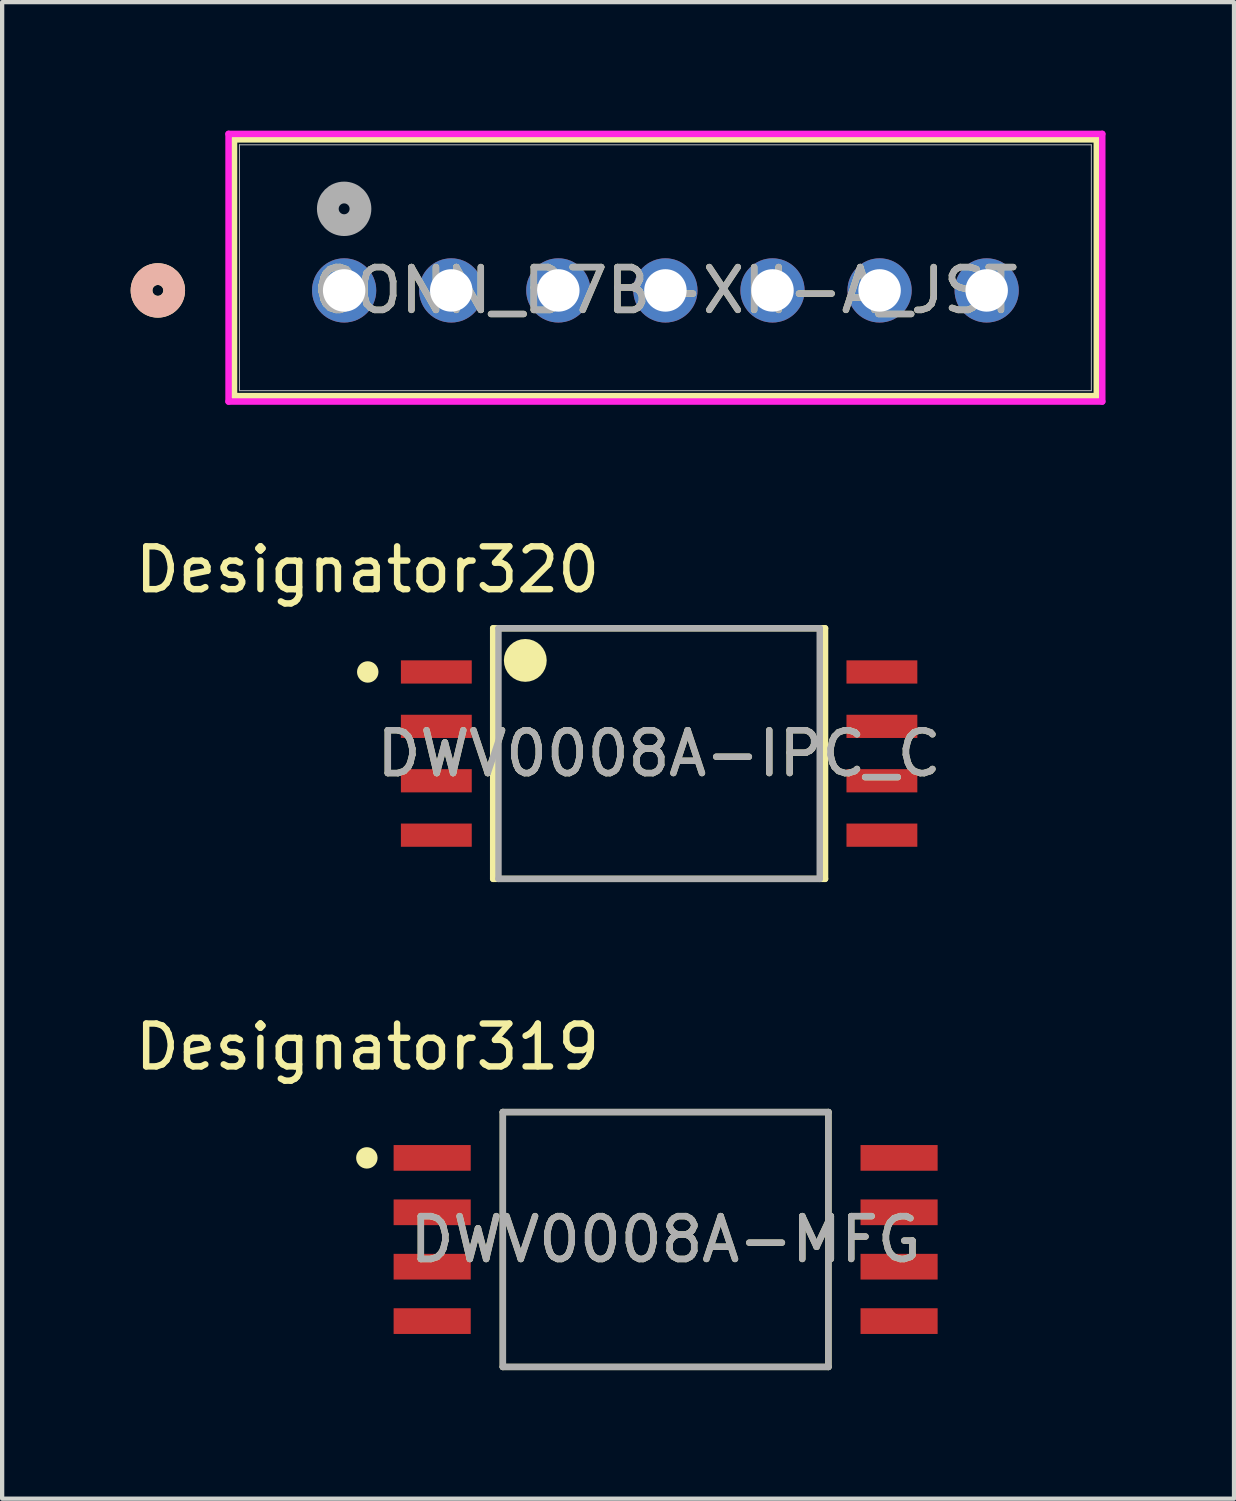
<source format=kicad_pcb>
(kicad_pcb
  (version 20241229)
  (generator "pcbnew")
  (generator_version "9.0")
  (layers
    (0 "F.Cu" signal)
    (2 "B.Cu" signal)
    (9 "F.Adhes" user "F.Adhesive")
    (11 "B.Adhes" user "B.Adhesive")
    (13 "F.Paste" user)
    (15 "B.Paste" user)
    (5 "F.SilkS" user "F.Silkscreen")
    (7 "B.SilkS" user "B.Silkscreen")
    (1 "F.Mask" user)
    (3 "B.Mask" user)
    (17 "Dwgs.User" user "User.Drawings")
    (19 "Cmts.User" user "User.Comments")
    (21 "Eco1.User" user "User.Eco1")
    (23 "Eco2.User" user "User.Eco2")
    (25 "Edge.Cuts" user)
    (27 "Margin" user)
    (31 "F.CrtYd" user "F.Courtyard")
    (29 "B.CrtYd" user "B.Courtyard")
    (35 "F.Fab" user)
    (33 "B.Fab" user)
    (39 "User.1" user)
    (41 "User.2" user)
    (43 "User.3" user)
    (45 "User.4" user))
  (footprint "DWV0008A-IPC_C"
    (layer "F.Cu")
    (at 12.337 14.542)
    (property "Reference" "DWV0008A-IPC_C" (at 0 0 0) (unlocked yes) (layer "F.SilkS") (effects (font (size 1 1) (thickness 0.15))))
    (attr smd)
    (fp_line (start -3.874 -2.925) (end 3.874 -2.925) (stroke (width 0.15) (type solid)) (layer "F.SilkS"))
    (fp_line (start -3.874 2.925) (end -3.874 -2.925) (stroke (width 0.15) (type solid)) (layer "F.SilkS"))
    (fp_line (start -3.874 2.925) (end 3.874 2.925) (stroke (width 0.15) (type solid)) (layer "F.SilkS"))
    (fp_line (start 3.874 2.925) (end 3.874 -2.925) (stroke (width 0.15) (type solid)) (layer "F.SilkS"))
    (fp_circle (center -6.802 -1.905) (end -6.677 -1.905) (stroke (width 0.25) (type solid)) (fill no) (layer "F.SilkS"))
    (fp_circle (center -3.124 -2.175) (end -2.874 -2.175) (stroke (width 0.5) (type solid)) (fill no) (layer "F.SilkS"))
    (fp_line (start -3.75 -2.925) (end 3.75 -2.925) (stroke (width 0.15) (type solid)) (layer "F.Fab"))
    (fp_line (start -3.75 2.925) (end -3.75 -2.925) (stroke (width 0.15) (type solid)) (layer "F.Fab"))
    (fp_line (start -3.75 2.925) (end 3.75 2.925) (stroke (width 0.15) (type solid)) (layer "F.Fab"))
    (fp_line (start 3.75 2.925) (end 3.75 -2.925) (stroke (width 0.15) (type solid)) (layer "F.Fab"))
    (fp_text user "Designator320" (at -6.807 -4.293 0) (unlocked yes) (layer "F.SilkS") (effects (font (size 1 1) (thickness 0.15))))
    (fp_text user "${REFERENCE}" (at 0 0 0) (unlocked yes) (layer "F.Fab") (effects (font (size 1 1) (thickness 0.15))))
    (pad "1" smd rect (at -5.201 -1.905) (size 1.654 0.542) (layers "F.Cu" "F.Mask" "F.Paste"))
    (pad "2" smd rect (at -5.201 -0.635) (size 1.654 0.542) (layers "F.Cu" "F.Mask" "F.Paste"))
    (pad "3" smd rect (at -5.201 0.635) (size 1.654 0.542) (layers "F.Cu" "F.Mask" "F.Paste"))
    (pad "4" smd rect (at -5.201 1.905) (size 1.654 0.542) (layers "F.Cu" "F.Mask" "F.Paste"))
    (pad "5" smd rect (at 5.201 1.905) (size 1.654 0.542) (layers "F.Cu" "F.Mask" "F.Paste"))
    (pad "6" smd rect (at 5.201 0.635) (size 1.654 0.542) (layers "F.Cu" "F.Mask" "F.Paste"))
    (pad "7" smd rect (at 5.201 -0.635) (size 1.654 0.542) (layers "F.Cu" "F.Mask" "F.Paste"))
    (pad "8" smd rect (at 5.201 -1.905) (size 1.654 0.542) (layers "F.Cu" "F.Mask" "F.Paste")))
  (footprint "CONN_B7B-XH-A_JST"
    (layer "F.Cu")
    (at 4.984 3.73)
    (property "Reference" "CONN_B7B-XH-A_JST" (at 7.5 0 0) (unlocked yes) (layer "F.SilkS") (effects (font (size 1 1) (thickness 0.15))))
    (attr through_hole)
    (fp_line (start -2.571 -3.527) (end -2.571 2.467) (stroke (width 0.152) (type solid)) (layer "F.SilkS"))
    (fp_line (start -2.571 2.467) (end 17.571 2.467) (stroke (width 0.152) (type solid)) (layer "F.SilkS"))
    (fp_line (start 17.571 -3.527) (end -2.571 -3.527) (stroke (width 0.152) (type solid)) (layer "F.SilkS"))
    (fp_line (start 17.571 2.467) (end 17.571 -3.527) (stroke (width 0.152) (type solid)) (layer "F.SilkS"))
    (fp_circle (center -4.349 0) (end -3.968 0) (stroke (width 0.508) (type solid)) (fill no) (layer "F.SilkS"))
    (fp_circle (center -4.349 0) (end -3.968 0) (stroke (width 0.508) (type solid)) (fill no) (layer "B.SilkS"))
    (fp_line (start -2.698 -3.654) (end -2.698 2.594) (stroke (width 0.152) (type solid)) (layer "F.CrtYd"))
    (fp_line (start -2.698 2.594) (end 17.698 2.594) (stroke (width 0.152) (type solid)) (layer "F.CrtYd"))
    (fp_line (start 17.698 -3.654) (end -2.698 -3.654) (stroke (width 0.152) (type solid)) (layer "F.CrtYd"))
    (fp_line (start 17.698 2.594) (end 17.698 -3.654) (stroke (width 0.152) (type solid)) (layer "F.CrtYd"))
    (fp_line (start -2.444 -3.4) (end -2.444 2.34) (stroke (width 0.025) (type solid)) (layer "F.Fab"))
    (fp_line (start -2.444 2.34) (end 17.444 2.34) (stroke (width 0.025) (type solid)) (layer "F.Fab"))
    (fp_line (start 17.444 -3.4) (end -2.444 -3.4) (stroke (width 0.025) (type solid)) (layer "F.Fab"))
    (fp_line (start 17.444 2.34) (end 17.444 -3.4) (stroke (width 0.025) (type solid)) (layer "F.Fab"))
    (fp_circle (center 0 -1.905) (end 0.381 -1.905) (stroke (width 0.508) (type solid)) (fill no) (layer "F.Fab"))
    (fp_text user "${REFERENCE}" (at 7.5 0 0) (unlocked yes) (layer "F.Fab") (effects (font (size 1 1) (thickness 0.15))))
    (pad "1" thru_hole circle (at 0 0) (size 1.499 1.499) (drill 0.991) (layers "*.Cu" "*.Mask"))
    (pad "2" thru_hole circle (at 2.5 0) (size 1.499 1.499) (drill 0.991) (layers "*.Cu" "*.Mask"))
    (pad "3" thru_hole circle (at 5 0) (size 1.499 1.499) (drill 0.991) (layers "*.Cu" "*.Mask"))
    (pad "4" thru_hole circle (at 7.5 0) (size 1.499 1.499) (drill 0.991) (layers "*.Cu" "*.Mask"))
    (pad "5" thru_hole circle (at 10 0) (size 1.499 1.499) (drill 0.991) (layers "*.Cu" "*.Mask"))
    (pad "6" thru_hole circle (at 12.5 0) (size 1.499 1.499) (drill 0.991) (layers "*.Cu" "*.Mask"))
    (pad "7" thru_hole circle (at 15 0) (size 1.499 1.499) (drill 0.991) (layers "*.Cu" "*.Mask")))
  (footprint "DWV0008A-MFG"
    (layer "F.Cu")
    (at 12.489 25.886)
    (property "Reference" "DWV0008A-MFG" (at 0 0 0) (unlocked yes) (layer "F.SilkS") (effects (font (size 1 1) (thickness 0.15))))
    (attr smd)
    (fp_line (start -3.8 -2.975) (end 3.8 -2.975) (stroke (width 0.15) (type solid)) (layer "F.SilkS"))
    (fp_line (start -3.8 2.975) (end -3.8 -2.975) (stroke (width 0.15) (type solid)) (layer "F.SilkS"))
    (fp_line (start -3.8 2.975) (end 3.8 2.975) (stroke (width 0.15) (type solid)) (layer "F.SilkS"))
    (fp_line (start 3.8 2.975) (end 3.8 -2.975) (stroke (width 0.15) (type solid)) (layer "F.SilkS"))
    (fp_circle (center -6.975 -1.905) (end -6.85 -1.905) (stroke (width 0.25) (type solid)) (fill no) (layer "F.SilkS"))
    (fp_line (start -3.8 -2.975) (end 3.8 -2.975) (stroke (width 0.15) (type solid)) (layer "F.Fab"))
    (fp_line (start -3.8 2.975) (end -3.8 -2.975) (stroke (width 0.15) (type solid)) (layer "F.Fab"))
    (fp_line (start -3.8 2.975) (end 3.8 2.975) (stroke (width 0.15) (type solid)) (layer "F.Fab"))
    (fp_line (start 3.8 2.975) (end 3.8 -2.975) (stroke (width 0.15) (type solid)) (layer "F.Fab"))
    (fp_text user "Designator319" (at -6.96 -4.496 0) (unlocked yes) (layer "F.SilkS") (effects (font (size 1 1) (thickness 0.15))))
    (fp_text user "${REFERENCE}" (at 0 0 0) (unlocked yes) (layer "F.Fab") (effects (font (size 1 1) (thickness 0.15))))
    (pad "1" smd rect (at -5.45 -1.905) (size 1.8 0.6) (layers "F.Cu" "F.Mask" "F.Paste"))
    (pad "2" smd rect (at -5.45 -0.635) (size 1.8 0.6) (layers "F.Cu" "F.Mask" "F.Paste"))
    (pad "3" smd rect (at -5.45 0.635) (size 1.8 0.6) (layers "F.Cu" "F.Mask" "F.Paste"))
    (pad "4" smd rect (at -5.45 1.905) (size 1.8 0.6) (layers "F.Cu" "F.Mask" "F.Paste"))
    (pad "5" smd rect (at 5.45 1.905) (size 1.8 0.6) (layers "F.Cu" "F.Mask" "F.Paste"))
    (pad "6" smd rect (at 5.45 0.635) (size 1.8 0.6) (layers "F.Cu" "F.Mask" "F.Paste"))
    (pad "7" smd rect (at 5.45 -0.635) (size 1.8 0.6) (layers "F.Cu" "F.Mask" "F.Paste"))
    (pad "8" smd rect (at 5.45 -1.905) (size 1.8 0.6) (layers "F.Cu" "F.Mask" "F.Paste")))
  (gr_rect
    (start -3 -3)
    (end 25.758 31.936)
    (stroke (width 0.1) (type default))
    (fill no)
    (layer "Edge.Cuts")))
</source>
